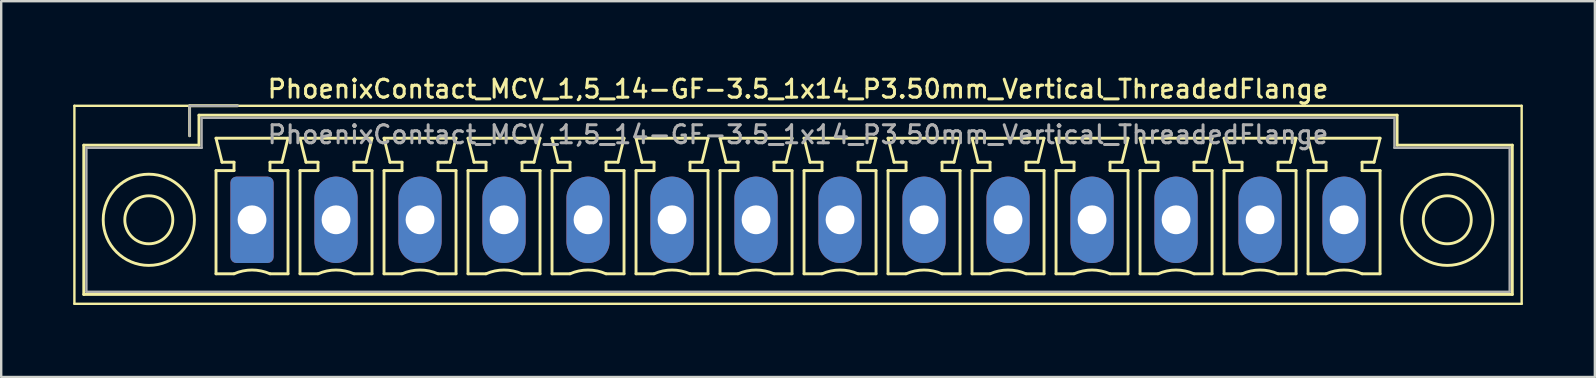
<source format=kicad_pcb>
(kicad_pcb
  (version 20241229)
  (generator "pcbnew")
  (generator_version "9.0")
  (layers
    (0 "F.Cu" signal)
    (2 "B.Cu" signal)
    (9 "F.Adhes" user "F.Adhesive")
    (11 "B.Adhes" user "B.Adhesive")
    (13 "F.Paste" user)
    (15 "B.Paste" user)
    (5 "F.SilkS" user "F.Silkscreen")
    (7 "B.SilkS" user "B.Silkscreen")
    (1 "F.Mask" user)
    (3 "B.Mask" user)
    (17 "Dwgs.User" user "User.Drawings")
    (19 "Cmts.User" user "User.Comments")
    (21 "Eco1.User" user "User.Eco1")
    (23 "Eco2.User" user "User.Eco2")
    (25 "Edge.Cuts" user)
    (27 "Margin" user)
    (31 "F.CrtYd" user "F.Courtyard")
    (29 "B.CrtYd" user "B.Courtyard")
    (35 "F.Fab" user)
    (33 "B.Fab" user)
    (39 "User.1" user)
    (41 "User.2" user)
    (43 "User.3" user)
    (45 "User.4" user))
  (footprint "PhoenixContact_MCV_1,5_14-GF-3.5_1x14_P3.50mm_Vertical_ThreadedFlange"
    (layer "F.Cu")
    (at 7.45 6.108)
    (property "Reference" "PhoenixContact_MCV_1,5_14-GF-3.5_1x14_P3.50mm_Vertical_ThreadedFlange" (at 22.75 -5.45 0) (layer "F.SilkS") (effects (font (size 0.75 0.75) (thickness 0.125))))
    (attr through_hole)
    (fp_line (start -7.4 -4.75) (end -7.4 3.5) (stroke (width 0.1) (type solid)) (layer "F.SilkS"))
    (fp_line (start -7.4 3.5) (end 52.9 3.5) (stroke (width 0.1) (type solid)) (layer "F.SilkS"))
    (fp_line (start -7.01 -3.11) (end -7.01 3.11) (stroke (width 0.12) (type solid)) (layer "F.SilkS"))
    (fp_line (start -7.01 3.11) (end 52.51 3.11) (stroke (width 0.12) (type solid)) (layer "F.SilkS"))
    (fp_line (start -2.6 -4.75) (end -0.6 -4.75) (stroke (width 0.12) (type solid)) (layer "F.SilkS"))
    (fp_line (start -2.6 -3.5) (end -2.6 -4.75) (stroke (width 0.12) (type solid)) (layer "F.SilkS"))
    (fp_line (start -2.21 -4.36) (end -2.21 -3.11) (stroke (width 0.12) (type solid)) (layer "F.SilkS"))
    (fp_line (start -2.21 -3.11) (end -7.01 -3.11) (stroke (width 0.12) (type solid)) (layer "F.SilkS"))
    (fp_line (start -1.5 -3.4) (end 1.5 -3.4) (stroke (width 0.12) (type solid)) (layer "F.SilkS"))
    (fp_line (start -1.5 -2.05) (end -0.75 -2.05) (stroke (width 0.12) (type solid)) (layer "F.SilkS"))
    (fp_line (start -1.5 2.25) (end -1.5 -2.05) (stroke (width 0.12) (type solid)) (layer "F.SilkS"))
    (fp_line (start -1.25 -2.4) (end -1.5 -3.4) (stroke (width 0.12) (type solid)) (layer "F.SilkS"))
    (fp_line (start -0.75 -2.4) (end -1.25 -2.4) (stroke (width 0.12) (type solid)) (layer "F.SilkS"))
    (fp_line (start -0.75 -2.05) (end -0.75 -2.4) (stroke (width 0.12) (type solid)) (layer "F.SilkS"))
    (fp_line (start -0.75 2.25) (end -1.5 2.25) (stroke (width 0.12) (type solid)) (layer "F.SilkS"))
    (fp_line (start 0.75 -2.4) (end 0.75 -2.05) (stroke (width 0.12) (type solid)) (layer "F.SilkS"))
    (fp_line (start 0.75 -2.05) (end 1.5 -2.05) (stroke (width 0.12) (type solid)) (layer "F.SilkS"))
    (fp_line (start 1.25 -2.4) (end 0.75 -2.4) (stroke (width 0.12) (type solid)) (layer "F.SilkS"))
    (fp_line (start 1.5 -3.4) (end 1.25 -2.4) (stroke (width 0.12) (type solid)) (layer "F.SilkS"))
    (fp_line (start 1.5 -2.05) (end 1.5 2.25) (stroke (width 0.12) (type solid)) (layer "F.SilkS"))
    (fp_line (start 1.5 2.25) (end 0.75 2.25) (stroke (width 0.12) (type solid)) (layer "F.SilkS"))
    (fp_line (start 2 -3.4) (end 5 -3.4) (stroke (width 0.12) (type solid)) (layer "F.SilkS"))
    (fp_line (start 2 -2.05) (end 2.75 -2.05) (stroke (width 0.12) (type solid)) (layer "F.SilkS"))
    (fp_line (start 2 2.25) (end 2 -2.05) (stroke (width 0.12) (type solid)) (layer "F.SilkS"))
    (fp_line (start 2.25 -2.4) (end 2 -3.4) (stroke (width 0.12) (type solid)) (layer "F.SilkS"))
    (fp_line (start 2.75 -2.4) (end 2.25 -2.4) (stroke (width 0.12) (type solid)) (layer "F.SilkS"))
    (fp_line (start 2.75 -2.05) (end 2.75 -2.4) (stroke (width 0.12) (type solid)) (layer "F.SilkS"))
    (fp_line (start 2.75 2.25) (end 2 2.25) (stroke (width 0.12) (type solid)) (layer "F.SilkS"))
    (fp_line (start 4.25 -2.4) (end 4.25 -2.05) (stroke (width 0.12) (type solid)) (layer "F.SilkS"))
    (fp_line (start 4.25 -2.05) (end 5 -2.05) (stroke (width 0.12) (type solid)) (layer "F.SilkS"))
    (fp_line (start 4.75 -2.4) (end 4.25 -2.4) (stroke (width 0.12) (type solid)) (layer "F.SilkS"))
    (fp_line (start 5 -3.4) (end 4.75 -2.4) (stroke (width 0.12) (type solid)) (layer "F.SilkS"))
    (fp_line (start 5 -2.05) (end 5 2.25) (stroke (width 0.12) (type solid)) (layer "F.SilkS"))
    (fp_line (start 5 2.25) (end 4.25 2.25) (stroke (width 0.12) (type solid)) (layer "F.SilkS"))
    (fp_line (start 5.5 -3.4) (end 8.5 -3.4) (stroke (width 0.12) (type solid)) (layer "F.SilkS"))
    (fp_line (start 5.5 -2.05) (end 6.25 -2.05) (stroke (width 0.12) (type solid)) (layer "F.SilkS"))
    (fp_line (start 5.5 2.25) (end 5.5 -2.05) (stroke (width 0.12) (type solid)) (layer "F.SilkS"))
    (fp_line (start 5.75 -2.4) (end 5.5 -3.4) (stroke (width 0.12) (type solid)) (layer "F.SilkS"))
    (fp_line (start 6.25 -2.4) (end 5.75 -2.4) (stroke (width 0.12) (type solid)) (layer "F.SilkS"))
    (fp_line (start 6.25 -2.05) (end 6.25 -2.4) (stroke (width 0.12) (type solid)) (layer "F.SilkS"))
    (fp_line (start 6.25 2.25) (end 5.5 2.25) (stroke (width 0.12) (type solid)) (layer "F.SilkS"))
    (fp_line (start 7.75 -2.4) (end 7.75 -2.05) (stroke (width 0.12) (type solid)) (layer "F.SilkS"))
    (fp_line (start 7.75 -2.05) (end 8.5 -2.05) (stroke (width 0.12) (type solid)) (layer "F.SilkS"))
    (fp_line (start 8.25 -2.4) (end 7.75 -2.4) (stroke (width 0.12) (type solid)) (layer "F.SilkS"))
    (fp_line (start 8.5 -3.4) (end 8.25 -2.4) (stroke (width 0.12) (type solid)) (layer "F.SilkS"))
    (fp_line (start 8.5 -2.05) (end 8.5 2.25) (stroke (width 0.12) (type solid)) (layer "F.SilkS"))
    (fp_line (start 8.5 2.25) (end 7.75 2.25) (stroke (width 0.12) (type solid)) (layer "F.SilkS"))
    (fp_line (start 9 -3.4) (end 12 -3.4) (stroke (width 0.12) (type solid)) (layer "F.SilkS"))
    (fp_line (start 9 -2.05) (end 9.75 -2.05) (stroke (width 0.12) (type solid)) (layer "F.SilkS"))
    (fp_line (start 9 2.25) (end 9 -2.05) (stroke (width 0.12) (type solid)) (layer "F.SilkS"))
    (fp_line (start 9.25 -2.4) (end 9 -3.4) (stroke (width 0.12) (type solid)) (layer "F.SilkS"))
    (fp_line (start 9.75 -2.4) (end 9.25 -2.4) (stroke (width 0.12) (type solid)) (layer "F.SilkS"))
    (fp_line (start 9.75 -2.05) (end 9.75 -2.4) (stroke (width 0.12) (type solid)) (layer "F.SilkS"))
    (fp_line (start 9.75 2.25) (end 9 2.25) (stroke (width 0.12) (type solid)) (layer "F.SilkS"))
    (fp_line (start 11.25 -2.4) (end 11.25 -2.05) (stroke (width 0.12) (type solid)) (layer "F.SilkS"))
    (fp_line (start 11.25 -2.05) (end 12 -2.05) (stroke (width 0.12) (type solid)) (layer "F.SilkS"))
    (fp_line (start 11.75 -2.4) (end 11.25 -2.4) (stroke (width 0.12) (type solid)) (layer "F.SilkS"))
    (fp_line (start 12 -3.4) (end 11.75 -2.4) (stroke (width 0.12) (type solid)) (layer "F.SilkS"))
    (fp_line (start 12 -2.05) (end 12 2.25) (stroke (width 0.12) (type solid)) (layer "F.SilkS"))
    (fp_line (start 12 2.25) (end 11.25 2.25) (stroke (width 0.12) (type solid)) (layer "F.SilkS"))
    (fp_line (start 12.5 -3.4) (end 15.5 -3.4) (stroke (width 0.12) (type solid)) (layer "F.SilkS"))
    (fp_line (start 12.5 -2.05) (end 13.25 -2.05) (stroke (width 0.12) (type solid)) (layer "F.SilkS"))
    (fp_line (start 12.5 2.25) (end 12.5 -2.05) (stroke (width 0.12) (type solid)) (layer "F.SilkS"))
    (fp_line (start 12.75 -2.4) (end 12.5 -3.4) (stroke (width 0.12) (type solid)) (layer "F.SilkS"))
    (fp_line (start 13.25 -2.4) (end 12.75 -2.4) (stroke (width 0.12) (type solid)) (layer "F.SilkS"))
    (fp_line (start 13.25 -2.05) (end 13.25 -2.4) (stroke (width 0.12) (type solid)) (layer "F.SilkS"))
    (fp_line (start 13.25 2.25) (end 12.5 2.25) (stroke (width 0.12) (type solid)) (layer "F.SilkS"))
    (fp_line (start 14.75 -2.4) (end 14.75 -2.05) (stroke (width 0.12) (type solid)) (layer "F.SilkS"))
    (fp_line (start 14.75 -2.05) (end 15.5 -2.05) (stroke (width 0.12) (type solid)) (layer "F.SilkS"))
    (fp_line (start 15.25 -2.4) (end 14.75 -2.4) (stroke (width 0.12) (type solid)) (layer "F.SilkS"))
    (fp_line (start 15.5 -3.4) (end 15.25 -2.4) (stroke (width 0.12) (type solid)) (layer "F.SilkS"))
    (fp_line (start 15.5 -2.05) (end 15.5 2.25) (stroke (width 0.12) (type solid)) (layer "F.SilkS"))
    (fp_line (start 15.5 2.25) (end 14.75 2.25) (stroke (width 0.12) (type solid)) (layer "F.SilkS"))
    (fp_line (start 16 -3.4) (end 19 -3.4) (stroke (width 0.12) (type solid)) (layer "F.SilkS"))
    (fp_line (start 16 -2.05) (end 16.75 -2.05) (stroke (width 0.12) (type solid)) (layer "F.SilkS"))
    (fp_line (start 16 2.25) (end 16 -2.05) (stroke (width 0.12) (type solid)) (layer "F.SilkS"))
    (fp_line (start 16.25 -2.4) (end 16 -3.4) (stroke (width 0.12) (type solid)) (layer "F.SilkS"))
    (fp_line (start 16.75 -2.4) (end 16.25 -2.4) (stroke (width 0.12) (type solid)) (layer "F.SilkS"))
    (fp_line (start 16.75 -2.05) (end 16.75 -2.4) (stroke (width 0.12) (type solid)) (layer "F.SilkS"))
    (fp_line (start 16.75 2.25) (end 16 2.25) (stroke (width 0.12) (type solid)) (layer "F.SilkS"))
    (fp_line (start 18.25 -2.4) (end 18.25 -2.05) (stroke (width 0.12) (type solid)) (layer "F.SilkS"))
    (fp_line (start 18.25 -2.05) (end 19 -2.05) (stroke (width 0.12) (type solid)) (layer "F.SilkS"))
    (fp_line (start 18.75 -2.4) (end 18.25 -2.4) (stroke (width 0.12) (type solid)) (layer "F.SilkS"))
    (fp_line (start 19 -3.4) (end 18.75 -2.4) (stroke (width 0.12) (type solid)) (layer "F.SilkS"))
    (fp_line (start 19 -2.05) (end 19 2.25) (stroke (width 0.12) (type solid)) (layer "F.SilkS"))
    (fp_line (start 19 2.25) (end 18.25 2.25) (stroke (width 0.12) (type solid)) (layer "F.SilkS"))
    (fp_line (start 19.5 -3.4) (end 22.5 -3.4) (stroke (width 0.12) (type solid)) (layer "F.SilkS"))
    (fp_line (start 19.5 -2.05) (end 20.25 -2.05) (stroke (width 0.12) (type solid)) (layer "F.SilkS"))
    (fp_line (start 19.5 2.25) (end 19.5 -2.05) (stroke (width 0.12) (type solid)) (layer "F.SilkS"))
    (fp_line (start 19.75 -2.4) (end 19.5 -3.4) (stroke (width 0.12) (type solid)) (layer "F.SilkS"))
    (fp_line (start 20.25 -2.4) (end 19.75 -2.4) (stroke (width 0.12) (type solid)) (layer "F.SilkS"))
    (fp_line (start 20.25 -2.05) (end 20.25 -2.4) (stroke (width 0.12) (type solid)) (layer "F.SilkS"))
    (fp_line (start 20.25 2.25) (end 19.5 2.25) (stroke (width 0.12) (type solid)) (layer "F.SilkS"))
    (fp_line (start 21.75 -2.4) (end 21.75 -2.05) (stroke (width 0.12) (type solid)) (layer "F.SilkS"))
    (fp_line (start 21.75 -2.05) (end 22.5 -2.05) (stroke (width 0.12) (type solid)) (layer "F.SilkS"))
    (fp_line (start 22.25 -2.4) (end 21.75 -2.4) (stroke (width 0.12) (type solid)) (layer "F.SilkS"))
    (fp_line (start 22.5 -3.4) (end 22.25 -2.4) (stroke (width 0.12) (type solid)) (layer "F.SilkS"))
    (fp_line (start 22.5 -2.05) (end 22.5 2.25) (stroke (width 0.12) (type solid)) (layer "F.SilkS"))
    (fp_line (start 22.5 2.25) (end 21.75 2.25) (stroke (width 0.12) (type solid)) (layer "F.SilkS"))
    (fp_line (start 23 -3.4) (end 26 -3.4) (stroke (width 0.12) (type solid)) (layer "F.SilkS"))
    (fp_line (start 23 -2.05) (end 23.75 -2.05) (stroke (width 0.12) (type solid)) (layer "F.SilkS"))
    (fp_line (start 23 2.25) (end 23 -2.05) (stroke (width 0.12) (type solid)) (layer "F.SilkS"))
    (fp_line (start 23.25 -2.4) (end 23 -3.4) (stroke (width 0.12) (type solid)) (layer "F.SilkS"))
    (fp_line (start 23.75 -2.4) (end 23.25 -2.4) (stroke (width 0.12) (type solid)) (layer "F.SilkS"))
    (fp_line (start 23.75 -2.05) (end 23.75 -2.4) (stroke (width 0.12) (type solid)) (layer "F.SilkS"))
    (fp_line (start 23.75 2.25) (end 23 2.25) (stroke (width 0.12) (type solid)) (layer "F.SilkS"))
    (fp_line (start 25.25 -2.4) (end 25.25 -2.05) (stroke (width 0.12) (type solid)) (layer "F.SilkS"))
    (fp_line (start 25.25 -2.05) (end 26 -2.05) (stroke (width 0.12) (type solid)) (layer "F.SilkS"))
    (fp_line (start 25.75 -2.4) (end 25.25 -2.4) (stroke (width 0.12) (type solid)) (layer "F.SilkS"))
    (fp_line (start 26 -3.4) (end 25.75 -2.4) (stroke (width 0.12) (type solid)) (layer "F.SilkS"))
    (fp_line (start 26 -2.05) (end 26 2.25) (stroke (width 0.12) (type solid)) (layer "F.SilkS"))
    (fp_line (start 26 2.25) (end 25.25 2.25) (stroke (width 0.12) (type solid)) (layer "F.SilkS"))
    (fp_line (start 26.5 -3.4) (end 29.5 -3.4) (stroke (width 0.12) (type solid)) (layer "F.SilkS"))
    (fp_line (start 26.5 -2.05) (end 27.25 -2.05) (stroke (width 0.12) (type solid)) (layer "F.SilkS"))
    (fp_line (start 26.5 2.25) (end 26.5 -2.05) (stroke (width 0.12) (type solid)) (layer "F.SilkS"))
    (fp_line (start 26.75 -2.4) (end 26.5 -3.4) (stroke (width 0.12) (type solid)) (layer "F.SilkS"))
    (fp_line (start 27.25 -2.4) (end 26.75 -2.4) (stroke (width 0.12) (type solid)) (layer "F.SilkS"))
    (fp_line (start 27.25 -2.05) (end 27.25 -2.4) (stroke (width 0.12) (type solid)) (layer "F.SilkS"))
    (fp_line (start 27.25 2.25) (end 26.5 2.25) (stroke (width 0.12) (type solid)) (layer "F.SilkS"))
    (fp_line (start 28.75 -2.4) (end 28.75 -2.05) (stroke (width 0.12) (type solid)) (layer "F.SilkS"))
    (fp_line (start 28.75 -2.05) (end 29.5 -2.05) (stroke (width 0.12) (type solid)) (layer "F.SilkS"))
    (fp_line (start 29.25 -2.4) (end 28.75 -2.4) (stroke (width 0.12) (type solid)) (layer "F.SilkS"))
    (fp_line (start 29.5 -3.4) (end 29.25 -2.4) (stroke (width 0.12) (type solid)) (layer "F.SilkS"))
    (fp_line (start 29.5 -2.05) (end 29.5 2.25) (stroke (width 0.12) (type solid)) (layer "F.SilkS"))
    (fp_line (start 29.5 2.25) (end 28.75 2.25) (stroke (width 0.12) (type solid)) (layer "F.SilkS"))
    (fp_line (start 30 -3.4) (end 33 -3.4) (stroke (width 0.12) (type solid)) (layer "F.SilkS"))
    (fp_line (start 30 -2.05) (end 30.75 -2.05) (stroke (width 0.12) (type solid)) (layer "F.SilkS"))
    (fp_line (start 30 2.25) (end 30 -2.05) (stroke (width 0.12) (type solid)) (layer "F.SilkS"))
    (fp_line (start 30.25 -2.4) (end 30 -3.4) (stroke (width 0.12) (type solid)) (layer "F.SilkS"))
    (fp_line (start 30.75 -2.4) (end 30.25 -2.4) (stroke (width 0.12) (type solid)) (layer "F.SilkS"))
    (fp_line (start 30.75 -2.05) (end 30.75 -2.4) (stroke (width 0.12) (type solid)) (layer "F.SilkS"))
    (fp_line (start 30.75 2.25) (end 30 2.25) (stroke (width 0.12) (type solid)) (layer "F.SilkS"))
    (fp_line (start 32.25 -2.4) (end 32.25 -2.05) (stroke (width 0.12) (type solid)) (layer "F.SilkS"))
    (fp_line (start 32.25 -2.05) (end 33 -2.05) (stroke (width 0.12) (type solid)) (layer "F.SilkS"))
    (fp_line (start 32.75 -2.4) (end 32.25 -2.4) (stroke (width 0.12) (type solid)) (layer "F.SilkS"))
    (fp_line (start 33 -3.4) (end 32.75 -2.4) (stroke (width 0.12) (type solid)) (layer "F.SilkS"))
    (fp_line (start 33 -2.05) (end 33 2.25) (stroke (width 0.12) (type solid)) (layer "F.SilkS"))
    (fp_line (start 33 2.25) (end 32.25 2.25) (stroke (width 0.12) (type solid)) (layer "F.SilkS"))
    (fp_line (start 33.5 -3.4) (end 36.5 -3.4) (stroke (width 0.12) (type solid)) (layer "F.SilkS"))
    (fp_line (start 33.5 -2.05) (end 34.25 -2.05) (stroke (width 0.12) (type solid)) (layer "F.SilkS"))
    (fp_line (start 33.5 2.25) (end 33.5 -2.05) (stroke (width 0.12) (type solid)) (layer "F.SilkS"))
    (fp_line (start 33.75 -2.4) (end 33.5 -3.4) (stroke (width 0.12) (type solid)) (layer "F.SilkS"))
    (fp_line (start 34.25 -2.4) (end 33.75 -2.4) (stroke (width 0.12) (type solid)) (layer "F.SilkS"))
    (fp_line (start 34.25 -2.05) (end 34.25 -2.4) (stroke (width 0.12) (type solid)) (layer "F.SilkS"))
    (fp_line (start 34.25 2.25) (end 33.5 2.25) (stroke (width 0.12) (type solid)) (layer "F.SilkS"))
    (fp_line (start 35.75 -2.4) (end 35.75 -2.05) (stroke (width 0.12) (type solid)) (layer "F.SilkS"))
    (fp_line (start 35.75 -2.05) (end 36.5 -2.05) (stroke (width 0.12) (type solid)) (layer "F.SilkS"))
    (fp_line (start 36.25 -2.4) (end 35.75 -2.4) (stroke (width 0.12) (type solid)) (layer "F.SilkS"))
    (fp_line (start 36.5 -3.4) (end 36.25 -2.4) (stroke (width 0.12) (type solid)) (layer "F.SilkS"))
    (fp_line (start 36.5 -2.05) (end 36.5 2.25) (stroke (width 0.12) (type solid)) (layer "F.SilkS"))
    (fp_line (start 36.5 2.25) (end 35.75 2.25) (stroke (width 0.12) (type solid)) (layer "F.SilkS"))
    (fp_line (start 37 -3.4) (end 40 -3.4) (stroke (width 0.12) (type solid)) (layer "F.SilkS"))
    (fp_line (start 37 -2.05) (end 37.75 -2.05) (stroke (width 0.12) (type solid)) (layer "F.SilkS"))
    (fp_line (start 37 2.25) (end 37 -2.05) (stroke (width 0.12) (type solid)) (layer "F.SilkS"))
    (fp_line (start 37.25 -2.4) (end 37 -3.4) (stroke (width 0.12) (type solid)) (layer "F.SilkS"))
    (fp_line (start 37.75 -2.4) (end 37.25 -2.4) (stroke (width 0.12) (type solid)) (layer "F.SilkS"))
    (fp_line (start 37.75 -2.05) (end 37.75 -2.4) (stroke (width 0.12) (type solid)) (layer "F.SilkS"))
    (fp_line (start 37.75 2.25) (end 37 2.25) (stroke (width 0.12) (type solid)) (layer "F.SilkS"))
    (fp_line (start 39.25 -2.4) (end 39.25 -2.05) (stroke (width 0.12) (type solid)) (layer "F.SilkS"))
    (fp_line (start 39.25 -2.05) (end 40 -2.05) (stroke (width 0.12) (type solid)) (layer "F.SilkS"))
    (fp_line (start 39.75 -2.4) (end 39.25 -2.4) (stroke (width 0.12) (type solid)) (layer "F.SilkS"))
    (fp_line (start 40 -3.4) (end 39.75 -2.4) (stroke (width 0.12) (type solid)) (layer "F.SilkS"))
    (fp_line (start 40 -2.05) (end 40 2.25) (stroke (width 0.12) (type solid)) (layer "F.SilkS"))
    (fp_line (start 40 2.25) (end 39.25 2.25) (stroke (width 0.12) (type solid)) (layer "F.SilkS"))
    (fp_line (start 40.5 -3.4) (end 43.5 -3.4) (stroke (width 0.12) (type solid)) (layer "F.SilkS"))
    (fp_line (start 40.5 -2.05) (end 41.25 -2.05) (stroke (width 0.12) (type solid)) (layer "F.SilkS"))
    (fp_line (start 40.5 2.25) (end 40.5 -2.05) (stroke (width 0.12) (type solid)) (layer "F.SilkS"))
    (fp_line (start 40.75 -2.4) (end 40.5 -3.4) (stroke (width 0.12) (type solid)) (layer "F.SilkS"))
    (fp_line (start 41.25 -2.4) (end 40.75 -2.4) (stroke (width 0.12) (type solid)) (layer "F.SilkS"))
    (fp_line (start 41.25 -2.05) (end 41.25 -2.4) (stroke (width 0.12) (type solid)) (layer "F.SilkS"))
    (fp_line (start 41.25 2.25) (end 40.5 2.25) (stroke (width 0.12) (type solid)) (layer "F.SilkS"))
    (fp_line (start 42.75 -2.4) (end 42.75 -2.05) (stroke (width 0.12) (type solid)) (layer "F.SilkS"))
    (fp_line (start 42.75 -2.05) (end 43.5 -2.05) (stroke (width 0.12) (type solid)) (layer "F.SilkS"))
    (fp_line (start 43.25 -2.4) (end 42.75 -2.4) (stroke (width 0.12) (type solid)) (layer "F.SilkS"))
    (fp_line (start 43.5 -3.4) (end 43.25 -2.4) (stroke (width 0.12) (type solid)) (layer "F.SilkS"))
    (fp_line (start 43.5 -2.05) (end 43.5 2.25) (stroke (width 0.12) (type solid)) (layer "F.SilkS"))
    (fp_line (start 43.5 2.25) (end 42.75 2.25) (stroke (width 0.12) (type solid)) (layer "F.SilkS"))
    (fp_line (start 44 -3.4) (end 47 -3.4) (stroke (width 0.12) (type solid)) (layer "F.SilkS"))
    (fp_line (start 44 -2.05) (end 44.75 -2.05) (stroke (width 0.12) (type solid)) (layer "F.SilkS"))
    (fp_line (start 44 2.25) (end 44 -2.05) (stroke (width 0.12) (type solid)) (layer "F.SilkS"))
    (fp_line (start 44.25 -2.4) (end 44 -3.4) (stroke (width 0.12) (type solid)) (layer "F.SilkS"))
    (fp_line (start 44.75 -2.4) (end 44.25 -2.4) (stroke (width 0.12) (type solid)) (layer "F.SilkS"))
    (fp_line (start 44.75 -2.05) (end 44.75 -2.4) (stroke (width 0.12) (type solid)) (layer "F.SilkS"))
    (fp_line (start 44.75 2.25) (end 44 2.25) (stroke (width 0.12) (type solid)) (layer "F.SilkS"))
    (fp_line (start 46.25 -2.4) (end 46.25 -2.05) (stroke (width 0.12) (type solid)) (layer "F.SilkS"))
    (fp_line (start 46.25 -2.05) (end 47 -2.05) (stroke (width 0.12) (type solid)) (layer "F.SilkS"))
    (fp_line (start 46.75 -2.4) (end 46.25 -2.4) (stroke (width 0.12) (type solid)) (layer "F.SilkS"))
    (fp_line (start 47 -3.4) (end 46.75 -2.4) (stroke (width 0.12) (type solid)) (layer "F.SilkS"))
    (fp_line (start 47 -2.05) (end 47 2.25) (stroke (width 0.12) (type solid)) (layer "F.SilkS"))
    (fp_line (start 47 2.25) (end 46.25 2.25) (stroke (width 0.12) (type solid)) (layer "F.SilkS"))
    (fp_line (start 47.71 -4.36) (end -2.21 -4.36) (stroke (width 0.12) (type solid)) (layer "F.SilkS"))
    (fp_line (start 47.71 -3.11) (end 47.71 -4.36) (stroke (width 0.12) (type solid)) (layer "F.SilkS"))
    (fp_line (start 52.51 -3.11) (end 47.71 -3.11) (stroke (width 0.12) (type solid)) (layer "F.SilkS"))
    (fp_line (start 52.51 3.11) (end 52.51 -3.11) (stroke (width 0.12) (type solid)) (layer "F.SilkS"))
    (fp_line (start 52.9 -4.75) (end -7.4 -4.75) (stroke (width 0.1) (type solid)) (layer "F.SilkS"))
    (fp_line (start 52.9 3.5) (end 52.9 -4.75) (stroke (width 0.1) (type solid)) (layer "F.SilkS"))
    (fp_arc (start -0.75 2.25) (mid -0.000193 2.09191) (end 0.749647 2.249844) (stroke (width 0.12) (type solid)) (layer "F.SilkS"))
    (fp_arc (start 2.75 2.25) (mid 3.499807 2.09191) (end 4.249647 2.249844) (stroke (width 0.12) (type solid)) (layer "F.SilkS"))
    (fp_arc (start 6.25 2.25) (mid 6.999807 2.09191) (end 7.749647 2.249844) (stroke (width 0.12) (type solid)) (layer "F.SilkS"))
    (fp_arc (start 9.75 2.25) (mid 10.499807 2.09191) (end 11.249647 2.249844) (stroke (width 0.12) (type solid)) (layer "F.SilkS"))
    (fp_arc (start 13.25 2.25) (mid 13.999807 2.09191) (end 14.749647 2.249844) (stroke (width 0.12) (type solid)) (layer "F.SilkS"))
    (fp_arc (start 16.75 2.25) (mid 17.499807 2.09191) (end 18.249647 2.249844) (stroke (width 0.12) (type solid)) (layer "F.SilkS"))
    (fp_arc (start 20.25 2.25) (mid 20.999807 2.09191) (end 21.749647 2.249844) (stroke (width 0.12) (type solid)) (layer "F.SilkS"))
    (fp_arc (start 23.75 2.25) (mid 24.499807 2.09191) (end 25.249647 2.249844) (stroke (width 0.12) (type solid)) (layer "F.SilkS"))
    (fp_arc (start 27.25 2.25) (mid 27.999807 2.09191) (end 28.749647 2.249844) (stroke (width 0.12) (type solid)) (layer "F.SilkS"))
    (fp_arc (start 30.75 2.25) (mid 31.499807 2.09191) (end 32.249647 2.249844) (stroke (width 0.12) (type solid)) (layer "F.SilkS"))
    (fp_arc (start 34.25 2.25) (mid 34.999807 2.09191) (end 35.749647 2.249844) (stroke (width 0.12) (type solid)) (layer "F.SilkS"))
    (fp_arc (start 37.75 2.25) (mid 38.499807 2.09191) (end 39.249647 2.249844) (stroke (width 0.12) (type solid)) (layer "F.SilkS"))
    (fp_arc (start 41.25 2.25) (mid 41.999807 2.09191) (end 42.749647 2.249844) (stroke (width 0.12) (type solid)) (layer "F.SilkS"))
    (fp_arc (start 44.75 2.25) (mid 45.499807 2.09191) (end 46.249647 2.249844) (stroke (width 0.12) (type solid)) (layer "F.SilkS"))
    (fp_circle (center -4.3 0) (end -3.3 0) (stroke (width 0.12) (type solid)) (fill no) (layer "F.SilkS"))
    (fp_circle (center -4.3 0) (end -2.4 0) (stroke (width 0.12) (type solid)) (fill no) (layer "F.SilkS"))
    (fp_circle (center 49.8 0) (end 50.8 0) (stroke (width 0.12) (type solid)) (fill no) (layer "F.SilkS"))
    (fp_circle (center 49.8 0) (end 51.7 0) (stroke (width 0.12) (type solid)) (fill no) (layer "F.SilkS"))
    (fp_line (start -6.9 -3) (end -6.9 3) (stroke (width 0.1) (type solid)) (layer "F.Fab"))
    (fp_line (start -6.9 3) (end 52.4 3) (stroke (width 0.1) (type solid)) (layer "F.Fab"))
    (fp_line (start -2.6 -4.75) (end -0.6 -4.75) (stroke (width 0.1) (type solid)) (layer "F.Fab"))
    (fp_line (start -2.6 -3.5) (end -2.6 -4.75) (stroke (width 0.1) (type solid)) (layer "F.Fab"))
    (fp_line (start -2.1 -4.25) (end -2.1 -3) (stroke (width 0.1) (type solid)) (layer "F.Fab"))
    (fp_line (start -2.1 -3) (end -6.9 -3) (stroke (width 0.1) (type solid)) (layer "F.Fab"))
    (fp_line (start 47.6 -4.25) (end -2.1 -4.25) (stroke (width 0.1) (type solid)) (layer "F.Fab"))
    (fp_line (start 47.6 -3) (end 47.6 -4.25) (stroke (width 0.1) (type solid)) (layer "F.Fab"))
    (fp_line (start 52.4 -3) (end 47.6 -3) (stroke (width 0.1) (type solid)) (layer "F.Fab"))
    (fp_line (start 52.4 3) (end 52.4 -3) (stroke (width 0.1) (type solid)) (layer "F.Fab"))
    (fp_text user "${REFERENCE}" (at 22.75 -3.55 0) (layer "F.Fab") (effects (font (size 0.75 0.75) (thickness 0.125))))
    (pad "1" thru_hole roundrect (at 0 0) (size 1.8 3.6) (drill 1.2) (layers "*.Cu" "*.Mask") (roundrect_rratio 0.139))
    (pad "2" thru_hole oval (at 3.5 0) (size 1.8 3.6) (drill 1.2) (layers "*.Cu" "*.Mask"))
    (pad "3" thru_hole oval (at 7 0) (size 1.8 3.6) (drill 1.2) (layers "*.Cu" "*.Mask"))
    (pad "4" thru_hole oval (at 10.5 0) (size 1.8 3.6) (drill 1.2) (layers "*.Cu" "*.Mask"))
    (pad "5" thru_hole oval (at 14 0) (size 1.8 3.6) (drill 1.2) (layers "*.Cu" "*.Mask"))
    (pad "6" thru_hole oval (at 17.5 0) (size 1.8 3.6) (drill 1.2) (layers "*.Cu" "*.Mask"))
    (pad "7" thru_hole oval (at 21 0) (size 1.8 3.6) (drill 1.2) (layers "*.Cu" "*.Mask"))
    (pad "8" thru_hole oval (at 24.5 0) (size 1.8 3.6) (drill 1.2) (layers "*.Cu" "*.Mask"))
    (pad "9" thru_hole oval (at 28 0) (size 1.8 3.6) (drill 1.2) (layers "*.Cu" "*.Mask"))
    (pad "10" thru_hole oval (at 31.5 0) (size 1.8 3.6) (drill 1.2) (layers "*.Cu" "*.Mask"))
    (pad "11" thru_hole oval (at 35 0) (size 1.8 3.6) (drill 1.2) (layers "*.Cu" "*.Mask"))
    (pad "12" thru_hole oval (at 38.5 0) (size 1.8 3.6) (drill 1.2) (layers "*.Cu" "*.Mask"))
    (pad "13" thru_hole oval (at 42 0) (size 1.8 3.6) (drill 1.2) (layers "*.Cu" "*.Mask"))
    (pad "14" thru_hole oval (at 45.5 0) (size 1.8 3.6) (drill 1.2) (layers "*.Cu" "*.Mask")))
  (gr_rect
    (start -3 -3)
    (end 63.4 12.658)
    (stroke (width 0.1) (type default))
    (fill no)
    (layer "Edge.Cuts")))
</source>
